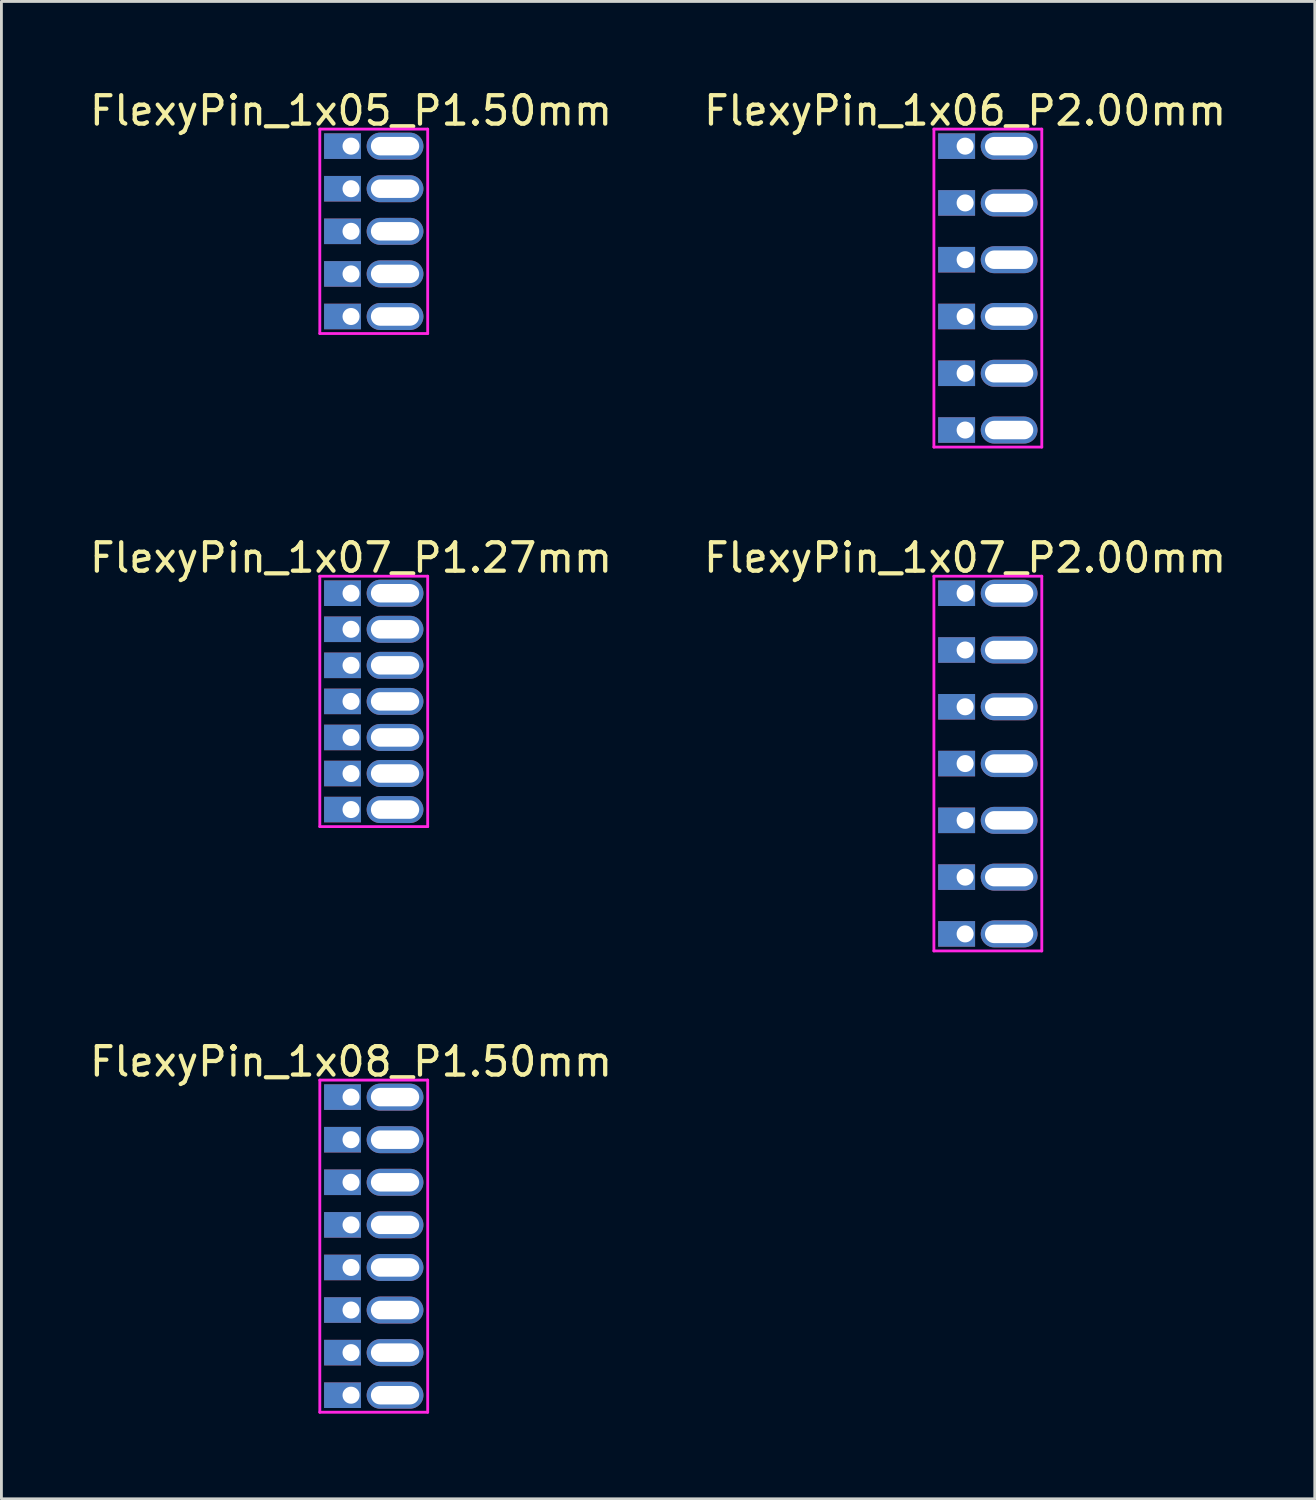
<source format=kicad_pcb>
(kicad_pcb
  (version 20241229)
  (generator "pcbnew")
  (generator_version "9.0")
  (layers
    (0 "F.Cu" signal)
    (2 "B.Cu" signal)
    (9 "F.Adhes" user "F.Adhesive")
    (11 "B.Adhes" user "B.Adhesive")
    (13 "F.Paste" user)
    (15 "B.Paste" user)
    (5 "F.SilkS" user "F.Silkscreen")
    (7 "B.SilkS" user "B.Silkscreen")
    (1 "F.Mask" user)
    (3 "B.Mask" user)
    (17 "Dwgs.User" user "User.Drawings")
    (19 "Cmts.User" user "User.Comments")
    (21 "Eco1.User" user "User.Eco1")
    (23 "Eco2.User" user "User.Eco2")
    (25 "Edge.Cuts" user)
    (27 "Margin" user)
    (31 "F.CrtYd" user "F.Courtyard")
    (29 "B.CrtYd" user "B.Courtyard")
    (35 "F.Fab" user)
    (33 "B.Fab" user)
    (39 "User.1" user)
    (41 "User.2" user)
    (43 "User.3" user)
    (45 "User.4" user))
  (footprint "FlexyPin_1x07_P2.00mm"
    (layer "F.Cu")
    (at 30.946 17.846)
    (property "Reference" "FlexyPin_1x07_P2.00mm" (at 0 -1.25 0) (layer "F.SilkS") (effects (font (size 1 1) (thickness 0.15))))
    (attr through_hole)
    (fp_line (start -1.1 -0.6) (end 2.7 -0.6) (stroke (width 0.1) (type solid)) (layer "F.CrtYd"))
    (fp_line (start -1.1 12.6) (end -1.1 -0.6) (stroke (width 0.1) (type solid)) (layer "F.CrtYd"))
    (fp_line (start 2.7 -0.6) (end 2.7 12.6) (stroke (width 0.1) (type solid)) (layer "F.CrtYd"))
    (fp_line (start 2.7 12.6) (end -1.1 12.6) (stroke (width 0.1) (type solid)) (layer "F.CrtYd"))
    (pad "" thru_hole oval (at 1.55 0) (size 2 0.95) (drill oval 1.7 0.65) (layers "*.Cu" "*.Mask"))
    (pad "" thru_hole oval (at 1.55 2) (size 2 0.95) (drill oval 1.7 0.65) (layers "*.Cu" "*.Mask"))
    (pad "" thru_hole oval (at 1.55 4) (size 2 0.95) (drill oval 1.7 0.65) (layers "*.Cu" "*.Mask"))
    (pad "" thru_hole oval (at 1.55 6) (size 2 0.95) (drill oval 1.7 0.65) (layers "*.Cu" "*.Mask"))
    (pad "" thru_hole oval (at 1.55 8) (size 2 0.95) (drill oval 1.7 0.65) (layers "*.Cu" "*.Mask"))
    (pad "" thru_hole oval (at 1.55 10) (size 2 0.95) (drill oval 1.7 0.65) (layers "*.Cu" "*.Mask"))
    (pad "" thru_hole oval (at 1.55 12) (size 2 0.95) (drill oval 1.7 0.65) (layers "*.Cu" "*.Mask"))
    (pad "1" thru_hole rect (at 0 0) (size 1.3 0.9) (drill 0.6 (offset -0.3 0)) (layers "*.Cu" "*.Mask"))
    (pad "2" thru_hole rect (at 0 2) (size 1.3 0.9) (drill 0.6 (offset -0.3 0)) (layers "*.Cu" "*.Mask"))
    (pad "3" thru_hole rect (at 0 4) (size 1.3 0.9) (drill 0.6 (offset -0.3 0)) (layers "*.Cu" "*.Mask"))
    (pad "4" thru_hole rect (at 0 6) (size 1.3 0.9) (drill 0.6 (offset -0.3 0)) (layers "*.Cu" "*.Mask"))
    (pad "5" thru_hole rect (at 0 8) (size 1.3 0.9) (drill 0.6 (offset -0.3 0)) (layers "*.Cu" "*.Mask"))
    (pad "6" thru_hole rect (at 0 10) (size 1.3 0.9) (drill 0.6 (offset -0.3 0)) (layers "*.Cu" "*.Mask"))
    (pad "7" thru_hole rect (at 0 12) (size 1.3 0.9) (drill 0.6 (offset -0.3 0)) (layers "*.Cu" "*.Mask")))
  (footprint "FlexyPin_1x05_P1.50mm"
    (layer "F.Cu")
    (at 9.315 2.098)
    (property "Reference" "FlexyPin_1x05_P1.50mm" (at 0 -1.25 0) (layer "F.SilkS") (effects (font (size 1 1) (thickness 0.15))))
    (attr through_hole)
    (fp_line (start -1.1 -0.6) (end 2.7 -0.6) (stroke (width 0.1) (type solid)) (layer "F.CrtYd"))
    (fp_line (start -1.1 6.6) (end -1.1 -0.6) (stroke (width 0.1) (type solid)) (layer "F.CrtYd"))
    (fp_line (start 2.7 -0.6) (end 2.7 6.6) (stroke (width 0.1) (type solid)) (layer "F.CrtYd"))
    (fp_line (start 2.7 6.6) (end -1.1 6.6) (stroke (width 0.1) (type solid)) (layer "F.CrtYd"))
    (pad "" thru_hole oval (at 1.55 0) (size 2 0.95) (drill oval 1.7 0.65) (layers "*.Cu" "*.Mask"))
    (pad "" thru_hole oval (at 1.55 1.5) (size 2 0.95) (drill oval 1.7 0.65) (layers "*.Cu" "*.Mask"))
    (pad "" thru_hole oval (at 1.55 3) (size 2 0.95) (drill oval 1.7 0.65) (layers "*.Cu" "*.Mask"))
    (pad "" thru_hole oval (at 1.55 4.5) (size 2 0.95) (drill oval 1.7 0.65) (layers "*.Cu" "*.Mask"))
    (pad "" thru_hole oval (at 1.55 6) (size 2 0.95) (drill oval 1.7 0.65) (layers "*.Cu" "*.Mask"))
    (pad "1" thru_hole rect (at 0 0) (size 1.3 0.9) (drill 0.6 (offset -0.3 0)) (layers "*.Cu" "*.Mask"))
    (pad "2" thru_hole rect (at 0 1.5) (size 1.3 0.9) (drill 0.6 (offset -0.3 0)) (layers "*.Cu" "*.Mask"))
    (pad "3" thru_hole rect (at 0 3) (size 1.3 0.9) (drill 0.6 (offset -0.3 0)) (layers "*.Cu" "*.Mask"))
    (pad "4" thru_hole rect (at 0 4.5) (size 1.3 0.9) (drill 0.6 (offset -0.3 0)) (layers "*.Cu" "*.Mask"))
    (pad "5" thru_hole rect (at 0 6) (size 1.3 0.9) (drill 0.6 (offset -0.3 0)) (layers "*.Cu" "*.Mask")))
  (footprint "FlexyPin_1x07_P1.27mm"
    (layer "F.Cu")
    (at 9.315 17.846)
    (property "Reference" "FlexyPin_1x07_P1.27mm" (at 0 -1.25 0) (layer "F.SilkS") (effects (font (size 1 1) (thickness 0.15))))
    (attr through_hole)
    (fp_line (start -1.1 -0.6) (end 2.7 -0.6) (stroke (width 0.1) (type solid)) (layer "F.CrtYd"))
    (fp_line (start -1.1 8.22) (end -1.1 -0.6) (stroke (width 0.1) (type solid)) (layer "F.CrtYd"))
    (fp_line (start 2.7 -0.6) (end 2.7 8.22) (stroke (width 0.1) (type solid)) (layer "F.CrtYd"))
    (fp_line (start 2.7 8.22) (end -1.1 8.22) (stroke (width 0.1) (type solid)) (layer "F.CrtYd"))
    (pad "" thru_hole oval (at 1.55 0) (size 2 0.95) (drill oval 1.7 0.65) (layers "*.Cu" "*.Mask"))
    (pad "" thru_hole oval (at 1.55 1.27) (size 2 0.95) (drill oval 1.7 0.65) (layers "*.Cu" "*.Mask"))
    (pad "" thru_hole oval (at 1.55 2.54) (size 2 0.95) (drill oval 1.7 0.65) (layers "*.Cu" "*.Mask"))
    (pad "" thru_hole oval (at 1.55 3.81) (size 2 0.95) (drill oval 1.7 0.65) (layers "*.Cu" "*.Mask"))
    (pad "" thru_hole oval (at 1.55 5.08) (size 2 0.95) (drill oval 1.7 0.65) (layers "*.Cu" "*.Mask"))
    (pad "" thru_hole oval (at 1.55 6.35) (size 2 0.95) (drill oval 1.7 0.65) (layers "*.Cu" "*.Mask"))
    (pad "" thru_hole oval (at 1.55 7.62) (size 2 0.95) (drill oval 1.7 0.65) (layers "*.Cu" "*.Mask"))
    (pad "1" thru_hole rect (at 0 0) (size 1.3 0.9) (drill 0.6 (offset -0.3 0)) (layers "*.Cu" "*.Mask"))
    (pad "2" thru_hole rect (at 0 1.27) (size 1.3 0.9) (drill 0.6 (offset -0.3 0)) (layers "*.Cu" "*.Mask"))
    (pad "3" thru_hole rect (at 0 2.54) (size 1.3 0.9) (drill 0.6 (offset -0.3 0)) (layers "*.Cu" "*.Mask"))
    (pad "4" thru_hole rect (at 0 3.81) (size 1.3 0.9) (drill 0.6 (offset -0.3 0)) (layers "*.Cu" "*.Mask"))
    (pad "5" thru_hole rect (at 0 5.08) (size 1.3 0.9) (drill 0.6 (offset -0.3 0)) (layers "*.Cu" "*.Mask"))
    (pad "6" thru_hole rect (at 0 6.35) (size 1.3 0.9) (drill 0.6 (offset -0.3 0)) (layers "*.Cu" "*.Mask"))
    (pad "7" thru_hole rect (at 0 7.62) (size 1.3 0.9) (drill 0.6 (offset -0.3 0)) (layers "*.Cu" "*.Mask")))
  (footprint "FlexyPin_1x08_P1.50mm"
    (layer "F.Cu")
    (at 9.315 35.595)
    (property "Reference" "FlexyPin_1x08_P1.50mm" (at 0 -1.25 0) (layer "F.SilkS") (effects (font (size 1 1) (thickness 0.15))))
    (attr through_hole)
    (fp_line (start -1.1 -0.6) (end 2.7 -0.6) (stroke (width 0.1) (type solid)) (layer "F.CrtYd"))
    (fp_line (start -1.1 11.1) (end -1.1 -0.6) (stroke (width 0.1) (type solid)) (layer "F.CrtYd"))
    (fp_line (start 2.7 -0.6) (end 2.7 11.1) (stroke (width 0.1) (type solid)) (layer "F.CrtYd"))
    (fp_line (start 2.7 11.1) (end -1.1 11.1) (stroke (width 0.1) (type solid)) (layer "F.CrtYd"))
    (pad "" thru_hole oval (at 1.55 0) (size 2 0.95) (drill oval 1.7 0.65) (layers "*.Cu" "*.Mask"))
    (pad "" thru_hole oval (at 1.55 1.5) (size 2 0.95) (drill oval 1.7 0.65) (layers "*.Cu" "*.Mask"))
    (pad "" thru_hole oval (at 1.55 3) (size 2 0.95) (drill oval 1.7 0.65) (layers "*.Cu" "*.Mask"))
    (pad "" thru_hole oval (at 1.55 4.5) (size 2 0.95) (drill oval 1.7 0.65) (layers "*.Cu" "*.Mask"))
    (pad "" thru_hole oval (at 1.55 6) (size 2 0.95) (drill oval 1.7 0.65) (layers "*.Cu" "*.Mask"))
    (pad "" thru_hole oval (at 1.55 7.5) (size 2 0.95) (drill oval 1.7 0.65) (layers "*.Cu" "*.Mask"))
    (pad "" thru_hole oval (at 1.55 9) (size 2 0.95) (drill oval 1.7 0.65) (layers "*.Cu" "*.Mask"))
    (pad "" thru_hole oval (at 1.55 10.5) (size 2 0.95) (drill oval 1.7 0.65) (layers "*.Cu" "*.Mask"))
    (pad "1" thru_hole rect (at 0 0) (size 1.3 0.9) (drill 0.6 (offset -0.3 0)) (layers "*.Cu" "*.Mask"))
    (pad "2" thru_hole rect (at 0 1.5) (size 1.3 0.9) (drill 0.6 (offset -0.3 0)) (layers "*.Cu" "*.Mask"))
    (pad "3" thru_hole rect (at 0 3) (size 1.3 0.9) (drill 0.6 (offset -0.3 0)) (layers "*.Cu" "*.Mask"))
    (pad "4" thru_hole rect (at 0 4.5) (size 1.3 0.9) (drill 0.6 (offset -0.3 0)) (layers "*.Cu" "*.Mask"))
    (pad "5" thru_hole rect (at 0 6) (size 1.3 0.9) (drill 0.6 (offset -0.3 0)) (layers "*.Cu" "*.Mask"))
    (pad "6" thru_hole rect (at 0 7.5) (size 1.3 0.9) (drill 0.6 (offset -0.3 0)) (layers "*.Cu" "*.Mask"))
    (pad "7" thru_hole rect (at 0 9) (size 1.3 0.9) (drill 0.6 (offset -0.3 0)) (layers "*.Cu" "*.Mask"))
    (pad "8" thru_hole rect (at 0 10.5) (size 1.3 0.9) (drill 0.6 (offset -0.3 0)) (layers "*.Cu" "*.Mask")))
  (footprint "FlexyPin_1x06_P2.00mm"
    (layer "F.Cu")
    (at 30.946 2.098)
    (property "Reference" "FlexyPin_1x06_P2.00mm" (at 0 -1.25 0) (layer "F.SilkS") (effects (font (size 1 1) (thickness 0.15))))
    (attr through_hole)
    (fp_line (start -1.1 -0.6) (end 2.7 -0.6) (stroke (width 0.1) (type solid)) (layer "F.CrtYd"))
    (fp_line (start -1.1 10.6) (end -1.1 -0.6) (stroke (width 0.1) (type solid)) (layer "F.CrtYd"))
    (fp_line (start 2.7 -0.6) (end 2.7 10.6) (stroke (width 0.1) (type solid)) (layer "F.CrtYd"))
    (fp_line (start 2.7 10.6) (end -1.1 10.6) (stroke (width 0.1) (type solid)) (layer "F.CrtYd"))
    (pad "" thru_hole oval (at 1.55 0) (size 2 0.95) (drill oval 1.7 0.65) (layers "*.Cu" "*.Mask"))
    (pad "" thru_hole oval (at 1.55 2) (size 2 0.95) (drill oval 1.7 0.65) (layers "*.Cu" "*.Mask"))
    (pad "" thru_hole oval (at 1.55 4) (size 2 0.95) (drill oval 1.7 0.65) (layers "*.Cu" "*.Mask"))
    (pad "" thru_hole oval (at 1.55 6) (size 2 0.95) (drill oval 1.7 0.65) (layers "*.Cu" "*.Mask"))
    (pad "" thru_hole oval (at 1.55 8) (size 2 0.95) (drill oval 1.7 0.65) (layers "*.Cu" "*.Mask"))
    (pad "" thru_hole oval (at 1.55 10) (size 2 0.95) (drill oval 1.7 0.65) (layers "*.Cu" "*.Mask"))
    (pad "1" thru_hole rect (at 0 0) (size 1.3 0.9) (drill 0.6 (offset -0.3 0)) (layers "*.Cu" "*.Mask"))
    (pad "2" thru_hole rect (at 0 2) (size 1.3 0.9) (drill 0.6 (offset -0.3 0)) (layers "*.Cu" "*.Mask"))
    (pad "3" thru_hole rect (at 0 4) (size 1.3 0.9) (drill 0.6 (offset -0.3 0)) (layers "*.Cu" "*.Mask"))
    (pad "4" thru_hole rect (at 0 6) (size 1.3 0.9) (drill 0.6 (offset -0.3 0)) (layers "*.Cu" "*.Mask"))
    (pad "5" thru_hole rect (at 0 8) (size 1.3 0.9) (drill 0.6 (offset -0.3 0)) (layers "*.Cu" "*.Mask"))
    (pad "6" thru_hole rect (at 0 10) (size 1.3 0.9) (drill 0.6 (offset -0.3 0)) (layers "*.Cu" "*.Mask")))
  (gr_rect
    (start -3 -3)
    (end 43.262 49.745)
    (stroke (width 0.1) (type default))
    (fill no)
    (layer "Edge.Cuts")))
</source>
